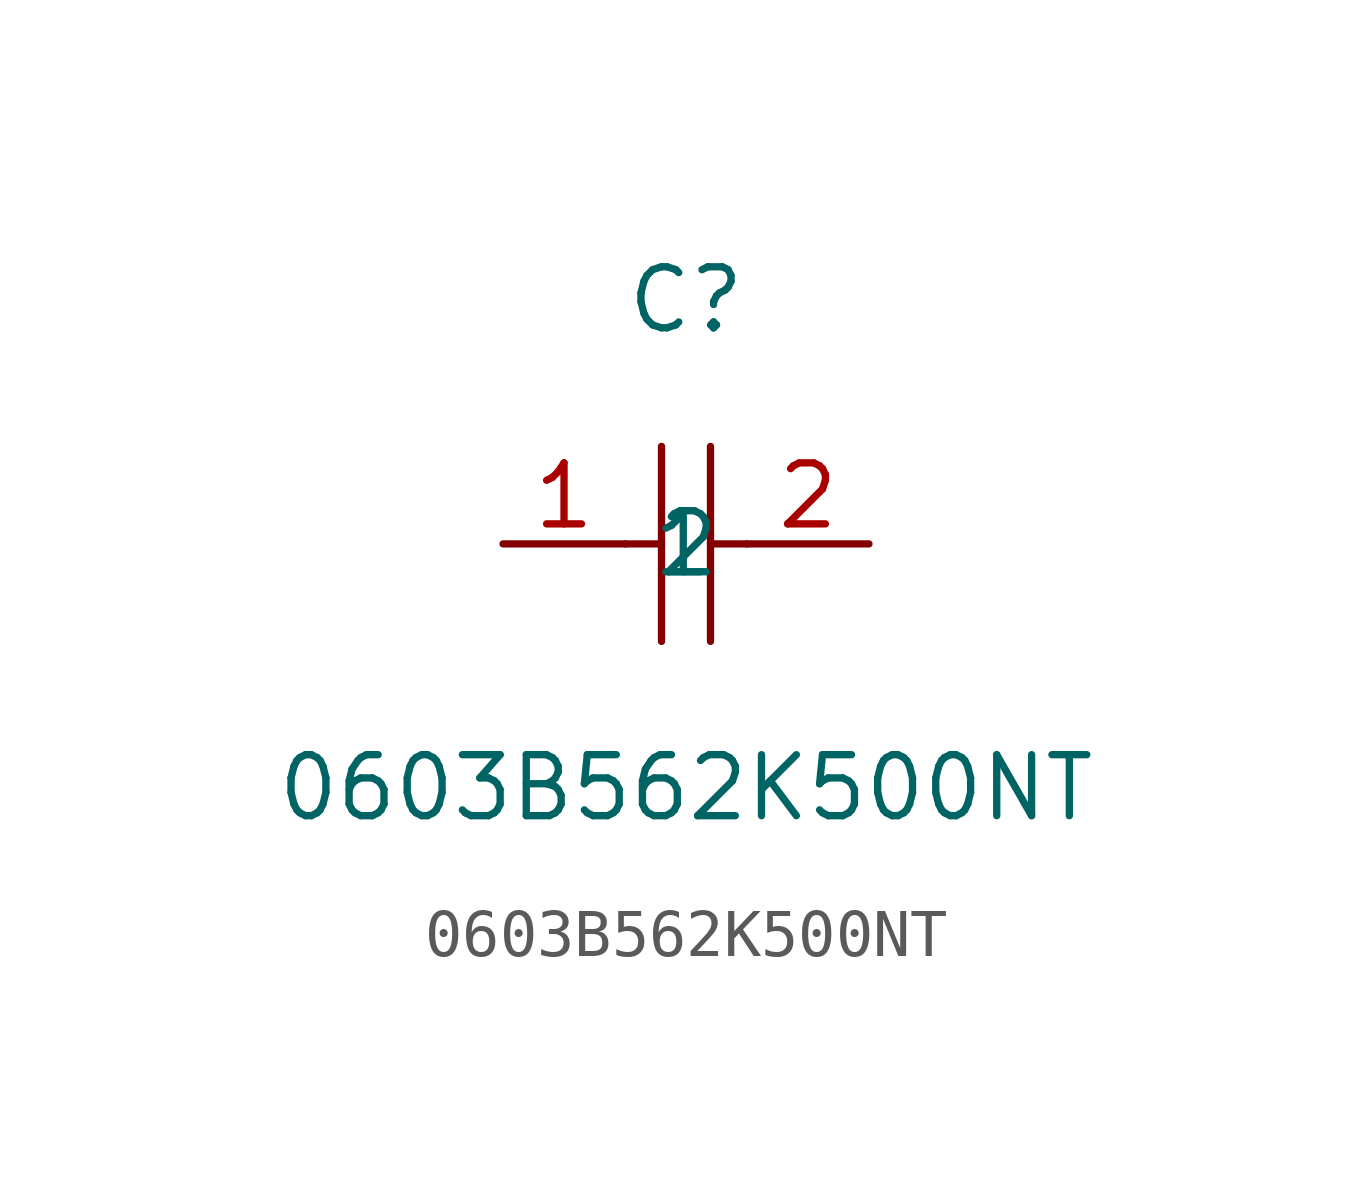
<source format=kicad_sym>
(kicad_symbol_lib
  (version 1)
  (generator "faebryk")
  (symbol "0603B562K500NT"
    (property "Reference" "C"
      (at 0 5.08 0)
      (effects (font (size 1.27 1.27)) (hide no)))
    (property "Value" "0603B562K500NT"
      (at 0 -5.08 0)
      (effects (font (size 1.27 1.27)) (hide no)))
    (symbol "0603B562K500NT_0_1"
      (polyline (stroke (width 0) (type default) (color 0 0 0 0)) (fill (type none)) (pts (xy -0.51 2.03) (xy -0.51 -2.03)))
      (polyline (stroke (width 0) (type default) (color 0 0 0 0)) (fill (type none)) (pts (xy 0.51 2.03) (xy 0.51 -2.03)))
      (polyline (stroke (width 0) (type default) (color 0 0 0 0)) (fill (type none)) (pts (xy -1.27 0) (xy -0.51 0)))
      (polyline (stroke (width 0) (type default) (color 0 0 0 0)) (fill (type none)) (pts (xy 0.51 0) (xy 1.27 0)))
      (pin input line (at -3.81 0 0) (length 2.54) (name "1" (effects (font (size 1.27 1.27)) (hide no))) (number "1" (effects (font (size 1.27 1.27)) (hide no))))
      (pin input line (at 3.81 0 180) (length 2.54) (name "2" (effects (font (size 1.27 1.27)) (hide no))) (number "2" (effects (font (size 1.27 1.27)) (hide no)))))))
</source>
